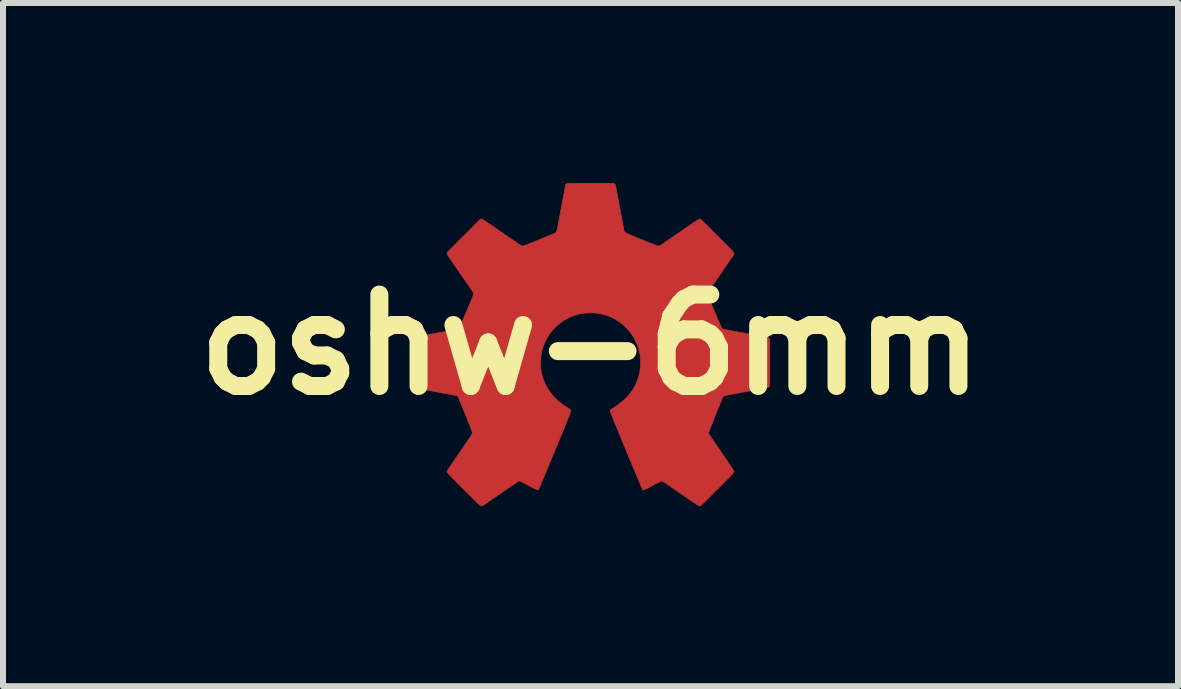
<source format=kicad_pcb>
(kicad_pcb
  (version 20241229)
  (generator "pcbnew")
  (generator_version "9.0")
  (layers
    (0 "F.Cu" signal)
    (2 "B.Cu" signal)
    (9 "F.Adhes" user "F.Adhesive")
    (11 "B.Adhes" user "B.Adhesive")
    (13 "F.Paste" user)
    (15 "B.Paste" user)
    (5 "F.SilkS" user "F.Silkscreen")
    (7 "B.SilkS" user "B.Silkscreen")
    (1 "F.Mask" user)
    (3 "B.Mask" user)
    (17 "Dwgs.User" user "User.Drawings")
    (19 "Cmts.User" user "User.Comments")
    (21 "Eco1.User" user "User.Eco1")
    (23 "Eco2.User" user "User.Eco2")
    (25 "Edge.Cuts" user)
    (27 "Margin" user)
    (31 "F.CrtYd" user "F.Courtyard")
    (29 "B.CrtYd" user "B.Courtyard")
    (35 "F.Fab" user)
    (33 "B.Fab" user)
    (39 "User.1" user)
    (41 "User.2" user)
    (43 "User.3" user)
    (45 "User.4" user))
  (footprint "oshw-6mm"
    (layer "F.Cu")
    (at 6.793 2.694)
    (property "Reference" "oshw-6mm" (at 0 0 0) (layer "F.SilkS") (effects (font (size 1.524 1.524) (thickness 0.3))))
    (attr through_hole)
    (fp_poly (pts (xy 0.062 -2.689) (xy 0.117 -2.689) (xy 0.166 -2.689) (xy 0.209 -2.689) (xy 0.245 -2.689) (xy 0.277 -2.689) (xy 0.303 -2.689) (xy 0.325 -2.689) (xy 0.344 -2.688) (xy 0.358 -2.688) (xy 0.37 -2.687) (xy 0.379 -2.687) (xy 0.385 -2.686) (xy 0.39 -2.685) (xy 0.394 -2.684) (xy 0.396 -2.683) (xy 0.398 -2.682) (xy 0.407 -2.674) (xy 0.414 -2.665) (xy 0.414 -2.665) (xy 0.415 -2.66) (xy 0.418 -2.648) (xy 0.421 -2.629) (xy 0.426 -2.605) (xy 0.432 -2.576) (xy 0.438 -2.542) (xy 0.446 -2.503) (xy 0.454 -2.461) (xy 0.462 -2.416) (xy 0.471 -2.368) (xy 0.48 -2.317) (xy 0.486 -2.29) (xy 0.495 -2.238) (xy 0.504 -2.188) (xy 0.513 -2.141) (xy 0.521 -2.096) (xy 0.529 -2.055) (xy 0.536 -2.018) (xy 0.542 -1.985) (xy 0.547 -1.957) (xy 0.552 -1.934) (xy 0.555 -1.918) (xy 0.557 -1.908) (xy 0.557 -1.905) (xy 0.558 -1.899) (xy 0.56 -1.893) (xy 0.561 -1.888) (xy 0.564 -1.882) (xy 0.568 -1.877) (xy 0.574 -1.872) (xy 0.583 -1.866) (xy 0.594 -1.86) (xy 0.608 -1.853) (xy 0.626 -1.845) (xy 0.648 -1.835) (xy 0.674 -1.824) (xy 0.706 -1.811) (xy 0.742 -1.795) (xy 0.785 -1.778) (xy 0.834 -1.758) (xy 0.849 -1.752) (xy 0.9 -1.731) (xy 0.945 -1.712) (xy 0.984 -1.697) (xy 1.017 -1.683) (xy 1.045 -1.672) (xy 1.069 -1.663) (xy 1.089 -1.656) (xy 1.106 -1.651) (xy 1.119 -1.647) (xy 1.13 -1.645) (xy 1.139 -1.644) (xy 1.146 -1.645) (xy 1.153 -1.647) (xy 1.158 -1.649) (xy 1.164 -1.653) (xy 1.17 -1.657) (xy 1.175 -1.661) (xy 1.182 -1.665) (xy 1.195 -1.674) (xy 1.212 -1.686) (xy 1.235 -1.701) (xy 1.261 -1.72) (xy 1.292 -1.741) (xy 1.326 -1.764) (xy 1.362 -1.789) (xy 1.402 -1.816) (xy 1.443 -1.844) (xy 1.486 -1.874) (xy 1.502 -1.885) (xy 1.552 -1.919) (xy 1.596 -1.95) (xy 1.635 -1.976) (xy 1.669 -1.999) (xy 1.698 -2.019) (xy 1.723 -2.036) (xy 1.743 -2.049) (xy 1.761 -2.061) (xy 1.775 -2.07) (xy 1.787 -2.077) (xy 1.796 -2.083) (xy 1.803 -2.087) (xy 1.809 -2.089) (xy 1.813 -2.091) (xy 1.816 -2.092) (xy 1.819 -2.092) (xy 1.82 -2.092) (xy 1.836 -2.092) (xy 2.113 -1.814) (xy 2.158 -1.77) (xy 2.197 -1.731) (xy 2.231 -1.696) (xy 2.262 -1.666) (xy 2.288 -1.639) (xy 2.31 -1.617) (xy 2.329 -1.598) (xy 2.345 -1.582) (xy 2.357 -1.568) (xy 2.368 -1.557) (xy 2.375 -1.549) (xy 2.381 -1.542) (xy 2.385 -1.536) (xy 2.388 -1.532) (xy 2.39 -1.529) (xy 2.39 -1.526) (xy 2.391 -1.524) (xy 2.391 -1.522) (xy 2.389 -1.509) (xy 2.384 -1.497) (xy 2.384 -1.496) (xy 2.38 -1.491) (xy 2.373 -1.481) (xy 2.363 -1.465) (xy 2.349 -1.444) (xy 2.332 -1.42) (xy 2.312 -1.391) (xy 2.29 -1.359) (xy 2.266 -1.324) (xy 2.24 -1.286) (xy 2.213 -1.246) (xy 2.185 -1.205) (xy 2.181 -1.199) (xy 2.152 -1.157) (xy 2.124 -1.116) (xy 2.097 -1.077) (xy 2.072 -1.04) (xy 2.049 -1.007) (xy 2.028 -0.976) (xy 2.009 -0.949) (xy 1.994 -0.926) (xy 1.981 -0.908) (xy 1.972 -0.895) (xy 1.968 -0.888) (xy 1.967 -0.888) (xy 1.962 -0.881) (xy 1.958 -0.875) (xy 1.955 -0.869) (xy 1.952 -0.863) (xy 1.951 -0.857) (xy 1.951 -0.849) (xy 1.952 -0.84) (xy 1.954 -0.828) (xy 1.958 -0.815) (xy 1.964 -0.798) (xy 1.972 -0.777) (xy 1.982 -0.752) (xy 1.994 -0.723) (xy 2.008 -0.689) (xy 2.025 -0.65) (xy 2.045 -0.604) (xy 2.063 -0.561) (xy 2.082 -0.519) (xy 2.099 -0.478) (xy 2.115 -0.44) (xy 2.131 -0.405) (xy 2.144 -0.373) (xy 2.156 -0.345) (xy 2.166 -0.322) (xy 2.174 -0.304) (xy 2.18 -0.291) (xy 2.183 -0.285) (xy 2.183 -0.285) (xy 2.19 -0.274) (xy 2.2 -0.265) (xy 2.2 -0.265) (xy 2.202 -0.264) (xy 2.203 -0.263) (xy 2.205 -0.262) (xy 2.208 -0.261) (xy 2.212 -0.259) (xy 2.218 -0.258) (xy 2.226 -0.256) (xy 2.236 -0.254) (xy 2.248 -0.251) (xy 2.264 -0.248) (xy 2.284 -0.244) (xy 2.307 -0.24) (xy 2.335 -0.234) (xy 2.367 -0.228) (xy 2.405 -0.221) (xy 2.448 -0.213) (xy 2.497 -0.204) (xy 2.553 -0.194) (xy 2.615 -0.182) (xy 2.65 -0.176) (xy 2.696 -0.167) (xy 2.739 -0.159) (xy 2.781 -0.152) (xy 2.819 -0.144) (xy 2.853 -0.138) (xy 2.884 -0.132) (xy 2.909 -0.127) (xy 2.929 -0.124) (xy 2.944 -0.121) (xy 2.951 -0.119) (xy 2.951 -0.119) (xy 2.964 -0.115) (xy 2.975 -0.108) (xy 2.978 -0.106) (xy 2.986 -0.097) (xy 2.987 0.294) (xy 2.987 0.357) (xy 2.988 0.413) (xy 2.988 0.462) (xy 2.988 0.504) (xy 2.988 0.541) (xy 2.988 0.573) (xy 2.988 0.6) (xy 2.987 0.622) (xy 2.987 0.641) (xy 2.987 0.656) (xy 2.986 0.668) (xy 2.986 0.677) (xy 2.985 0.683) (xy 2.984 0.688) (xy 2.983 0.692) (xy 2.982 0.695) (xy 2.981 0.697) (xy 2.981 0.697) (xy 2.972 0.707) (xy 2.961 0.713) (xy 2.956 0.714) (xy 2.943 0.717) (xy 2.925 0.721) (xy 2.901 0.725) (xy 2.872 0.731) (xy 2.839 0.737) (xy 2.803 0.744) (xy 2.764 0.751) (xy 2.723 0.759) (xy 2.706 0.762) (xy 2.638 0.775) (xy 2.577 0.786) (xy 2.522 0.796) (xy 2.474 0.805) (xy 2.431 0.813) (xy 2.394 0.82) (xy 2.361 0.826) (xy 2.334 0.831) (xy 2.311 0.836) (xy 2.291 0.839) (xy 2.275 0.843) (xy 2.263 0.845) (xy 2.252 0.847) (xy 2.245 0.849) (xy 2.239 0.85) (xy 2.235 0.851) (xy 2.232 0.852) (xy 2.231 0.852) (xy 2.22 0.858) (xy 2.21 0.866) (xy 2.21 0.867) (xy 2.207 0.872) (xy 2.202 0.883) (xy 2.194 0.901) (xy 2.185 0.924) (xy 2.173 0.951) (xy 2.159 0.984) (xy 2.145 1.02) (xy 2.128 1.06) (xy 2.111 1.102) (xy 2.093 1.147) (xy 2.084 1.17) (xy 2.063 1.221) (xy 2.045 1.267) (xy 2.03 1.306) (xy 2.016 1.34) (xy 2.005 1.368) (xy 1.996 1.392) (xy 1.988 1.412) (xy 1.982 1.428) (xy 1.978 1.441) (xy 1.974 1.451) (xy 1.972 1.459) (xy 1.971 1.465) (xy 1.97 1.47) (xy 1.97 1.473) (xy 1.97 1.477) (xy 1.971 1.479) (xy 1.972 1.483) (xy 1.975 1.489) (xy 1.98 1.498) (xy 1.987 1.51) (xy 1.997 1.524) (xy 2.009 1.543) (xy 2.023 1.565) (xy 2.041 1.591) (xy 2.061 1.621) (xy 2.085 1.657) (xy 2.113 1.697) (xy 2.145 1.743) (xy 2.18 1.795) (xy 2.181 1.797) (xy 2.211 1.839) (xy 2.239 1.88) (xy 2.265 1.919) (xy 2.29 1.956) (xy 2.313 1.99) (xy 2.333 2.02) (xy 2.351 2.047) (xy 2.366 2.069) (xy 2.377 2.087) (xy 2.385 2.099) (xy 2.389 2.106) (xy 2.39 2.108) (xy 2.39 2.119) (xy 2.389 2.128) (xy 2.386 2.132) (xy 2.378 2.141) (xy 2.366 2.155) (xy 2.348 2.174) (xy 2.326 2.197) (xy 2.298 2.225) (xy 2.266 2.258) (xy 2.228 2.297) (xy 2.185 2.34) (xy 2.137 2.388) (xy 2.117 2.409) (xy 2.079 2.446) (xy 2.043 2.482) (xy 2.009 2.516) (xy 1.977 2.548) (xy 1.947 2.578) (xy 1.92 2.605) (xy 1.896 2.628) (xy 1.875 2.648) (xy 1.859 2.664) (xy 1.847 2.675) (xy 1.839 2.682) (xy 1.837 2.684) (xy 1.822 2.689) (xy 1.807 2.687) (xy 1.79 2.679) (xy 1.787 2.677) (xy 1.781 2.673) (xy 1.77 2.665) (xy 1.753 2.654) (xy 1.732 2.639) (xy 1.706 2.622) (xy 1.677 2.601) (xy 1.644 2.579) (xy 1.608 2.555) (xy 1.57 2.529) (xy 1.531 2.501) (xy 1.494 2.476) (xy 1.453 2.448) (xy 1.414 2.421) (xy 1.377 2.396) (xy 1.342 2.372) (xy 1.31 2.35) (xy 1.281 2.331) (xy 1.257 2.314) (xy 1.237 2.301) (xy 1.221 2.291) (xy 1.211 2.284) (xy 1.206 2.281) (xy 1.189 2.276) (xy 1.179 2.276) (xy 1.172 2.278) (xy 1.159 2.284) (xy 1.141 2.293) (xy 1.117 2.305) (xy 1.089 2.319) (xy 1.057 2.336) (xy 1.032 2.349) (xy 0.996 2.368) (xy 0.967 2.383) (xy 0.943 2.396) (xy 0.924 2.405) (xy 0.908 2.412) (xy 0.897 2.417) (xy 0.888 2.419) (xy 0.881 2.42) (xy 0.875 2.419) (xy 0.871 2.417) (xy 0.867 2.414) (xy 0.865 2.41) (xy 0.86 2.399) (xy 0.852 2.381) (xy 0.842 2.358) (xy 0.829 2.328) (xy 0.814 2.292) (xy 0.796 2.251) (xy 0.777 2.204) (xy 0.755 2.152) (xy 0.731 2.095) (xy 0.705 2.033) (xy 0.678 1.967) (xy 0.648 1.896) (xy 0.617 1.821) (xy 0.592 1.76) (xy 0.56 1.682) (xy 0.53 1.61) (xy 0.503 1.544) (xy 0.478 1.484) (xy 0.456 1.43) (xy 0.436 1.382) (xy 0.418 1.338) (xy 0.402 1.3) (xy 0.388 1.266) (xy 0.376 1.236) (xy 0.366 1.21) (xy 0.357 1.188) (xy 0.35 1.169) (xy 0.343 1.153) (xy 0.339 1.14) (xy 0.335 1.13) (xy 0.332 1.121) (xy 0.33 1.115) (xy 0.329 1.11) (xy 0.328 1.106) (xy 0.328 1.103) (xy 0.328 1.101) (xy 0.329 1.101) (xy 0.332 1.092) (xy 0.338 1.085) (xy 0.346 1.077) (xy 0.359 1.068) (xy 0.376 1.057) (xy 0.379 1.055) (xy 0.397 1.044) (xy 0.416 1.032) (xy 0.433 1.02) (xy 0.435 1.018) (xy 0.45 1.008) (xy 0.467 0.994) (xy 0.486 0.981) (xy 0.497 0.972) (xy 0.558 0.922) (xy 0.614 0.867) (xy 0.665 0.807) (xy 0.71 0.742) (xy 0.718 0.728) (xy 0.752 0.664) (xy 0.781 0.597) (xy 0.804 0.526) (xy 0.821 0.453) (xy 0.829 0.4) (xy 0.832 0.372) (xy 0.833 0.34) (xy 0.833 0.304) (xy 0.832 0.267) (xy 0.83 0.232) (xy 0.828 0.201) (xy 0.826 0.184) (xy 0.811 0.107) (xy 0.789 0.032) (xy 0.76 -0.041) (xy 0.726 -0.109) (xy 0.685 -0.174) (xy 0.638 -0.235) (xy 0.586 -0.291) (xy 0.529 -0.343) (xy 0.467 -0.389) (xy 0.4 -0.429) (xy 0.368 -0.446) (xy 0.298 -0.477) (xy 0.226 -0.501) (xy 0.153 -0.517) (xy 0.077 -0.527) (xy 0 -0.53) (xy -0.067 -0.528) (xy -0.13 -0.521) (xy -0.191 -0.51) (xy -0.251 -0.493) (xy -0.261 -0.49) (xy -0.335 -0.461) (xy -0.404 -0.427) (xy -0.47 -0.386) (xy -0.531 -0.34) (xy -0.588 -0.289) (xy -0.64 -0.233) (xy -0.686 -0.173) (xy -0.727 -0.108) (xy -0.761 -0.039) (xy -0.789 0.033) (xy -0.79 0.035) (xy -0.807 0.089) (xy -0.819 0.141) (xy -0.827 0.193) (xy -0.832 0.248) (xy -0.833 0.306) (xy -0.832 0.362) (xy -0.827 0.414) (xy -0.819 0.463) (xy -0.807 0.514) (xy -0.792 0.564) (xy -0.764 0.638) (xy -0.729 0.708) (xy -0.688 0.774) (xy -0.642 0.836) (xy -0.589 0.894) (xy -0.531 0.946) (xy -0.497 0.972) (xy -0.48 0.985) (xy -0.463 0.997) (xy -0.449 1.008) (xy -0.441 1.014) (xy -0.429 1.023) (xy -0.412 1.034) (xy -0.395 1.045) (xy -0.385 1.051) (xy -0.365 1.064) (xy -0.351 1.073) (xy -0.341 1.081) (xy -0.335 1.088) (xy -0.331 1.095) (xy -0.329 1.101) (xy -0.328 1.102) (xy -0.328 1.105) (xy -0.328 1.108) (xy -0.329 1.112) (xy -0.331 1.118) (xy -0.333 1.125) (xy -0.337 1.135) (xy -0.341 1.146) (xy -0.346 1.161) (xy -0.353 1.178) (xy -0.361 1.198) (xy -0.371 1.222) (xy -0.382 1.25) (xy -0.395 1.282) (xy -0.41 1.318) (xy -0.427 1.359) (xy -0.445 1.405) (xy -0.467 1.456) (xy -0.49 1.513) (xy -0.516 1.576) (xy -0.544 1.645) (xy -0.575 1.72) (xy -0.592 1.76) (xy -0.624 1.838) (xy -0.655 1.911) (xy -0.683 1.98) (xy -0.71 2.046) (xy -0.736 2.106) (xy -0.759 2.162) (xy -0.78 2.213) (xy -0.8 2.258) (xy -0.817 2.299) (xy -0.831 2.333) (xy -0.844 2.362) (xy -0.854 2.385) (xy -0.861 2.401) (xy -0.865 2.411) (xy -0.867 2.414) (xy -0.877 2.419) (xy -0.886 2.42) (xy -0.893 2.419) (xy -0.906 2.413) (xy -0.925 2.404) (xy -0.951 2.391) (xy -0.983 2.375) (xy -1.021 2.355) (xy -1.03 2.35) (xy -1.06 2.334) (xy -1.088 2.319) (xy -1.113 2.306) (xy -1.135 2.295) (xy -1.153 2.286) (xy -1.167 2.28) (xy -1.174 2.277) (xy -1.175 2.276) (xy -1.188 2.276) (xy -1.199 2.278) (xy -1.204 2.281) (xy -1.214 2.287) (xy -1.23 2.297) (xy -1.25 2.311) (xy -1.275 2.327) (xy -1.303 2.347) (xy -1.335 2.368) (xy -1.37 2.392) (xy -1.408 2.417) (xy -1.447 2.444) (xy -1.482 2.468) (xy -1.523 2.496) (xy -1.563 2.524) (xy -1.601 2.55) (xy -1.636 2.574) (xy -1.669 2.597) (xy -1.699 2.617) (xy -1.725 2.635) (xy -1.746 2.649) (xy -1.763 2.661) (xy -1.774 2.669) (xy -1.779 2.672) (xy -1.797 2.683) (xy -1.812 2.688) (xy -1.824 2.689) (xy -1.837 2.684) (xy -1.84 2.682) (xy -1.844 2.679) (xy -1.853 2.67) (xy -1.866 2.657) (xy -1.884 2.64) (xy -1.906 2.619) (xy -1.931 2.594) (xy -1.959 2.566) (xy -1.989 2.536) (xy -2.022 2.503) (xy -2.057 2.468) (xy -2.094 2.432) (xy -2.119 2.407) (xy -2.169 2.357) (xy -2.214 2.311) (xy -2.253 2.271) (xy -2.288 2.236) (xy -2.317 2.206) (xy -2.341 2.181) (xy -2.36 2.161) (xy -2.375 2.146) (xy -2.384 2.135) (xy -2.388 2.129) (xy -2.389 2.128) (xy -2.39 2.116) (xy -2.39 2.108) (xy -2.387 2.103) (xy -2.381 2.093) (xy -2.371 2.077) (xy -2.358 2.057) (xy -2.342 2.032) (xy -2.322 2.004) (xy -2.301 1.972) (xy -2.277 1.936) (xy -2.251 1.898) (xy -2.224 1.858) (xy -2.195 1.816) (xy -2.181 1.797) (xy -2.146 1.745) (xy -2.114 1.698) (xy -2.086 1.658) (xy -2.062 1.622) (xy -2.041 1.591) (xy -2.023 1.565) (xy -2.009 1.543) (xy -1.997 1.525) (xy -1.988 1.51) (xy -1.98 1.498) (xy -1.975 1.489) (xy -1.972 1.483) (xy -1.971 1.479) (xy -1.971 1.479) (xy -1.97 1.476) (xy -1.97 1.473) (xy -1.97 1.469) (xy -1.971 1.464) (xy -1.972 1.457) (xy -1.975 1.449) (xy -1.979 1.438) (xy -1.984 1.424) (xy -1.99 1.407) (xy -1.998 1.386) (xy -2.008 1.361) (xy -2.02 1.331) (xy -2.034 1.296) (xy -2.05 1.255) (xy -2.069 1.208) (xy -2.084 1.17) (xy -2.102 1.125) (xy -2.119 1.083) (xy -2.135 1.042) (xy -2.151 1.005) (xy -2.165 0.971) (xy -2.177 0.94) (xy -2.188 0.915) (xy -2.197 0.894) (xy -2.203 0.879) (xy -2.207 0.87) (xy -2.209 0.868) (xy -2.218 0.859) (xy -2.228 0.853) (xy -2.233 0.852) (xy -2.245 0.849) (xy -2.264 0.846) (xy -2.288 0.841) (xy -2.317 0.835) (xy -2.351 0.829) (xy -2.39 0.821) (xy -2.432 0.813) (xy -2.477 0.805) (xy -2.525 0.796) (xy -2.575 0.786) (xy -2.594 0.783) (xy -2.645 0.773) (xy -2.694 0.764) (xy -2.74 0.756) (xy -2.783 0.747) (xy -2.823 0.74) (xy -2.859 0.733) (xy -2.891 0.727) (xy -2.917 0.722) (xy -2.938 0.718) (xy -2.952 0.715) (xy -2.96 0.713) (xy -2.961 0.713) (xy -2.973 0.706) (xy -2.981 0.697) (xy -2.982 0.695) (xy -2.983 0.693) (xy -2.984 0.689) (xy -2.985 0.685) (xy -2.986 0.678) (xy -2.986 0.67) (xy -2.987 0.659) (xy -2.987 0.645) (xy -2.987 0.627) (xy -2.987 0.605) (xy -2.988 0.58) (xy -2.988 0.549) (xy -2.988 0.513) (xy -2.988 0.472) (xy -2.988 0.424) (xy -2.987 0.37) (xy -2.987 0.309) (xy -2.987 0.294) (xy -2.986 -0.097) (xy -2.977 -0.106) (xy -2.976 -0.108) (xy -2.975 -0.109) (xy -2.974 -0.11) (xy -2.973 -0.111) (xy -2.971 -0.113) (xy -2.967 -0.114) (xy -2.962 -0.116) (xy -2.955 -0.117) (xy -2.945 -0.12) (xy -2.933 -0.122) (xy -2.917 -0.125) (xy -2.897 -0.129) (xy -2.873 -0.134) (xy -2.845 -0.139) (xy -2.812 -0.145) (xy -2.773 -0.153) (xy -2.728 -0.161) (xy -2.678 -0.17) (xy -2.621 -0.181) (xy -2.571 -0.19) (xy -2.51 -0.201) (xy -2.457 -0.211) (xy -2.409 -0.22) (xy -2.368 -0.228) (xy -2.332 -0.235) (xy -2.302 -0.241) (xy -2.276 -0.246) (xy -2.255 -0.251) (xy -2.237 -0.255) (xy -2.223 -0.258) (xy -2.212 -0.262) (xy -2.204 -0.265) (xy -2.197 -0.268) (xy -2.193 -0.271) (xy -2.189 -0.274) (xy -2.187 -0.277) (xy -2.185 -0.281) (xy -2.183 -0.285) (xy -2.183 -0.285) (xy -2.181 -0.29) (xy -2.175 -0.301) (xy -2.168 -0.319) (xy -2.158 -0.341) (xy -2.146 -0.368) (xy -2.133 -0.399) (xy -2.118 -0.434) (xy -2.102 -0.472) (xy -2.084 -0.512) (xy -2.066 -0.554) (xy -2.063 -0.561) (xy -2.042 -0.612) (xy -2.022 -0.657) (xy -2.006 -0.695) (xy -1.992 -0.729) (xy -1.98 -0.757) (xy -1.971 -0.781) (xy -1.963 -0.801) (xy -1.957 -0.817) (xy -1.954 -0.83) (xy -1.951 -0.841) (xy -1.95 -0.85) (xy -1.951 -0.858) (xy -1.953 -0.864) (xy -1.955 -0.87) (xy -1.959 -0.876) (xy -1.963 -0.882) (xy -1.967 -0.888) (xy -1.972 -0.894) (xy -1.98 -0.907) (xy -1.993 -0.925) (xy -2.008 -0.947) (xy -2.026 -0.974) (xy -2.047 -1.004) (xy -2.07 -1.038) (xy -2.095 -1.074) (xy -2.122 -1.113) (xy -2.15 -1.154) (xy -2.179 -1.196) (xy -2.183 -1.203) (xy -2.212 -1.245) (xy -2.24 -1.285) (xy -2.266 -1.323) (xy -2.29 -1.359) (xy -2.312 -1.391) (xy -2.332 -1.42) (xy -2.35 -1.446) (xy -2.364 -1.467) (xy -2.375 -1.483) (xy -2.382 -1.494) (xy -2.386 -1.5) (xy -2.386 -1.5) (xy -2.389 -1.51) (xy -2.391 -1.521) (xy -2.391 -1.523) (xy -2.39 -1.525) (xy -2.39 -1.528) (xy -2.389 -1.531) (xy -2.386 -1.535) (xy -2.383 -1.54) (xy -2.377 -1.546) (xy -2.37 -1.554) (xy -2.361 -1.565) (xy -2.349 -1.577) (xy -2.334 -1.593) (xy -2.316 -1.611) (xy -2.295 -1.633) (xy -2.269 -1.658) (xy -2.24 -1.687) (xy -2.207 -1.721) (xy -2.169 -1.759) (xy -2.126 -1.801) (xy -2.113 -1.814) (xy -1.836 -2.092) (xy -1.82 -2.092) (xy -1.817 -2.092) (xy -1.816 -2.092) (xy -1.814 -2.092) (xy -1.812 -2.092) (xy -1.81 -2.092) (xy -1.807 -2.091) (xy -1.803 -2.088) (xy -1.797 -2.085) (xy -1.79 -2.081) (xy -1.781 -2.075) (xy -1.769 -2.067) (xy -1.755 -2.058) (xy -1.738 -2.047) (xy -1.718 -2.033) (xy -1.694 -2.017) (xy -1.666 -1.998) (xy -1.634 -1.976) (xy -1.598 -1.951) (xy -1.557 -1.923) (xy -1.511 -1.892) (xy -1.46 -1.857) (xy -1.403 -1.817) (xy -1.355 -1.784) (xy -1.314 -1.756) (xy -1.279 -1.732) (xy -1.249 -1.712) (xy -1.225 -1.695) (xy -1.204 -1.681) (xy -1.187 -1.67) (xy -1.173 -1.662) (xy -1.163 -1.655) (xy -1.154 -1.65) (xy -1.148 -1.647) (xy -1.143 -1.645) (xy -1.138 -1.644) (xy -1.135 -1.644) (xy -1.131 -1.644) (xy -1.127 -1.644) (xy -1.121 -1.645) (xy -1.113 -1.647) (xy -1.102 -1.651) (xy -1.089 -1.655) (xy -1.072 -1.662) (xy -1.052 -1.669) (xy -1.027 -1.679) (xy -0.997 -1.691) (xy -0.962 -1.705) (xy -0.921 -1.722) (xy -0.874 -1.741) (xy -0.852 -1.75) (xy -0.81 -1.767) (xy -0.77 -1.784) (xy -0.732 -1.799) (xy -0.698 -1.814) (xy -0.666 -1.827) (xy -0.639 -1.838) (xy -0.617 -1.848) (xy -0.6 -1.855) (xy -0.588 -1.861) (xy -0.583 -1.863) (xy -0.583 -1.863) (xy -0.58 -1.866) (xy -0.577 -1.868) (xy -0.574 -1.871) (xy -0.571 -1.875) (xy -0.568 -1.88) (xy -0.566 -1.887) (xy -0.563 -1.896) (xy -0.559 -1.908) (xy -0.556 -1.923) (xy -0.552 -1.941) (xy -0.547 -1.963) (xy -0.542 -1.989) (xy -0.536 -2.02) (xy -0.529 -2.057) (xy -0.521 -2.098) (xy -0.512 -2.146) (xy -0.502 -2.201) (xy -0.491 -2.262) (xy -0.489 -2.271) (xy -0.479 -2.324) (xy -0.47 -2.374) (xy -0.461 -2.423) (xy -0.452 -2.468) (xy -0.444 -2.51) (xy -0.437 -2.548) (xy -0.431 -2.581) (xy -0.425 -2.61) (xy -0.42 -2.633) (xy -0.417 -2.65) (xy -0.415 -2.661) (xy -0.414 -2.665) (xy -0.408 -2.674) (xy -0.399 -2.682) (xy -0.398 -2.682) (xy -0.396 -2.683) (xy -0.393 -2.684) (xy -0.39 -2.685) (xy -0.385 -2.686) (xy -0.378 -2.687) (xy -0.369 -2.687) (xy -0.357 -2.688) (xy -0.342 -2.688) (xy -0.324 -2.689) (xy -0.301 -2.689) (xy -0.274 -2.689) (xy -0.242 -2.689) (xy -0.205 -2.689) (xy -0.162 -2.689) (xy -0.113 -2.689) (xy -0.057 -2.689) (xy 0 -2.689) (xy 0.062 -2.689)) (stroke (width 0.01) (type solid)) (fill yes) (layer "F.Cu")))
  (gr_rect
    (start -3 -3)
    (end 16.585 8.388)
    (stroke (width 0.1) (type default))
    (fill no)
    (layer "Edge.Cuts")))
</source>
